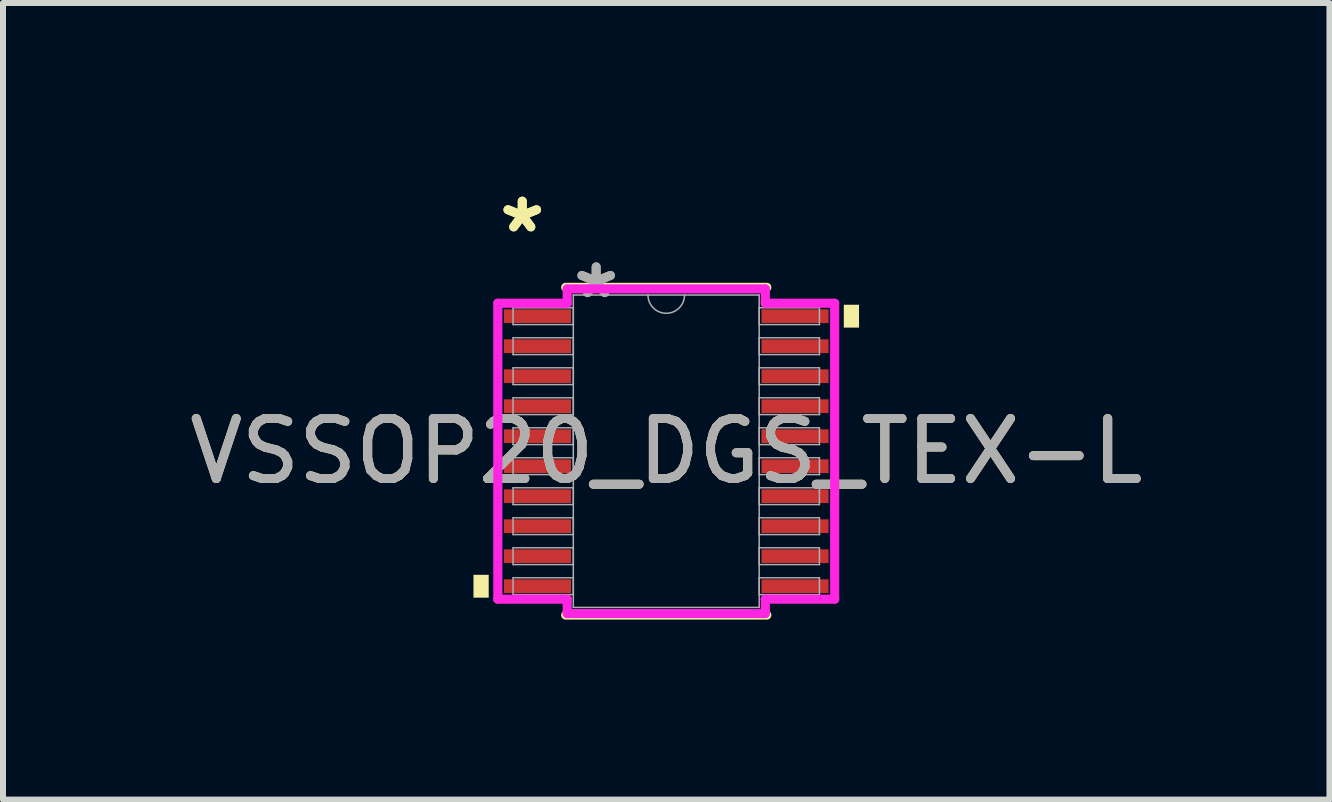
<source format=kicad_pcb>
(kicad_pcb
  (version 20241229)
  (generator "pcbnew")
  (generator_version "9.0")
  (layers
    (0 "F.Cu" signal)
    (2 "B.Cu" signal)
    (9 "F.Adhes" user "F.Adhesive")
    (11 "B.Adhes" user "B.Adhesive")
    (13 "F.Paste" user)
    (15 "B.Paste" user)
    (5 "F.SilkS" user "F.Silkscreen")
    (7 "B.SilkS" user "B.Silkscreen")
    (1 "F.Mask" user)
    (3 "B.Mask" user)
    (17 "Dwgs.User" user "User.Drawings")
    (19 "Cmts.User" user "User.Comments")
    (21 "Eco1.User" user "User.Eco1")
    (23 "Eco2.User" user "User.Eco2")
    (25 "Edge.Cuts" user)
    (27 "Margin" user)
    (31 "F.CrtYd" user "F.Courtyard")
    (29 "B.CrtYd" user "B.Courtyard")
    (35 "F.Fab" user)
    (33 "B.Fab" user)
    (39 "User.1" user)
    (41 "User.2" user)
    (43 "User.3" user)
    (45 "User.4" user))
  (footprint "VSSOP20_DGS_TEX-L"
    (layer "F.Cu")
    (at 8.054 4.47)
    (property "Reference" "VSSOP20_DGS_TEX-L" (at 0 0 0) (unlocked yes) (layer "F.SilkS") (effects (font (size 1 1) (thickness 0.15))))
    (attr smd)
    (fp_line (start -1.676 2.731) (end 1.676 2.731) (stroke (width 0.152) (type solid)) (layer "F.SilkS"))
    (fp_line (start 1.676 -2.731) (end -1.676 -2.731) (stroke (width 0.152) (type solid)) (layer "F.SilkS"))
    (fp_poly (pts (xy -3.213 2.06) (xy -3.213 2.441) (xy -2.959 2.441) (xy -2.959 2.06)) (stroke (width 0) (type solid)) (fill yes) (layer "F.SilkS"))
    (fp_poly (pts (xy 3.213 -2.441) (xy 3.213 -2.06) (xy 2.959 -2.06) (xy 2.959 -2.441)) (stroke (width 0) (type solid)) (fill yes) (layer "F.SilkS"))
    (fp_line (start -2.807 -2.466) (end -1.651 -2.466) (stroke (width 0.152) (type solid)) (layer "F.CrtYd"))
    (fp_line (start -2.807 2.466) (end -2.807 -2.466) (stroke (width 0.152) (type solid)) (layer "F.CrtYd"))
    (fp_line (start -2.807 2.466) (end -1.651 2.466) (stroke (width 0.152) (type solid)) (layer "F.CrtYd"))
    (fp_line (start -1.651 -2.705) (end 1.651 -2.705) (stroke (width 0.152) (type solid)) (layer "F.CrtYd"))
    (fp_line (start -1.651 -2.466) (end -1.651 -2.705) (stroke (width 0.152) (type solid)) (layer "F.CrtYd"))
    (fp_line (start -1.651 2.705) (end -1.651 2.466) (stroke (width 0.152) (type solid)) (layer "F.CrtYd"))
    (fp_line (start 1.651 -2.705) (end 1.651 -2.466) (stroke (width 0.152) (type solid)) (layer "F.CrtYd"))
    (fp_line (start 1.651 2.466) (end 1.651 2.705) (stroke (width 0.152) (type solid)) (layer "F.CrtYd"))
    (fp_line (start 1.651 2.705) (end -1.651 2.705) (stroke (width 0.152) (type solid)) (layer "F.CrtYd"))
    (fp_line (start 2.807 -2.466) (end 1.651 -2.466) (stroke (width 0.152) (type solid)) (layer "F.CrtYd"))
    (fp_line (start 2.807 -2.466) (end 2.807 2.466) (stroke (width 0.152) (type solid)) (layer "F.CrtYd"))
    (fp_line (start 2.807 2.466) (end 1.651 2.466) (stroke (width 0.152) (type solid)) (layer "F.CrtYd"))
    (fp_line (start -2.553 -2.39) (end -2.553 -2.11) (stroke (width 0.025) (type solid)) (layer "F.Fab"))
    (fp_line (start -2.553 -2.11) (end -1.549 -2.11) (stroke (width 0.025) (type solid)) (layer "F.Fab"))
    (fp_line (start -2.553 -1.89) (end -2.553 -1.61) (stroke (width 0.025) (type solid)) (layer "F.Fab"))
    (fp_line (start -2.553 -1.61) (end -1.549 -1.61) (stroke (width 0.025) (type solid)) (layer "F.Fab"))
    (fp_line (start -2.553 -1.39) (end -2.553 -1.11) (stroke (width 0.025) (type solid)) (layer "F.Fab"))
    (fp_line (start -2.553 -1.11) (end -1.549 -1.11) (stroke (width 0.025) (type solid)) (layer "F.Fab"))
    (fp_line (start -2.553 -0.89) (end -2.553 -0.61) (stroke (width 0.025) (type solid)) (layer "F.Fab"))
    (fp_line (start -2.553 -0.61) (end -1.549 -0.61) (stroke (width 0.025) (type solid)) (layer "F.Fab"))
    (fp_line (start -2.553 -0.39) (end -2.553 -0.11) (stroke (width 0.025) (type solid)) (layer "F.Fab"))
    (fp_line (start -2.553 -0.11) (end -1.549 -0.11) (stroke (width 0.025) (type solid)) (layer "F.Fab"))
    (fp_line (start -2.553 0.11) (end -2.553 0.39) (stroke (width 0.025) (type solid)) (layer "F.Fab"))
    (fp_line (start -2.553 0.39) (end -1.549 0.39) (stroke (width 0.025) (type solid)) (layer "F.Fab"))
    (fp_line (start -2.553 0.61) (end -2.553 0.89) (stroke (width 0.025) (type solid)) (layer "F.Fab"))
    (fp_line (start -2.553 0.89) (end -1.549 0.89) (stroke (width 0.025) (type solid)) (layer "F.Fab"))
    (fp_line (start -2.553 1.11) (end -2.553 1.39) (stroke (width 0.025) (type solid)) (layer "F.Fab"))
    (fp_line (start -2.553 1.39) (end -1.549 1.39) (stroke (width 0.025) (type solid)) (layer "F.Fab"))
    (fp_line (start -2.553 1.61) (end -2.553 1.89) (stroke (width 0.025) (type solid)) (layer "F.Fab"))
    (fp_line (start -2.553 1.89) (end -1.549 1.89) (stroke (width 0.025) (type solid)) (layer "F.Fab"))
    (fp_line (start -2.553 2.11) (end -2.553 2.39) (stroke (width 0.025) (type solid)) (layer "F.Fab"))
    (fp_line (start -2.553 2.39) (end -1.549 2.39) (stroke (width 0.025) (type solid)) (layer "F.Fab"))
    (fp_line (start -1.549 -2.603) (end -1.549 2.603) (stroke (width 0.025) (type solid)) (layer "F.Fab"))
    (fp_line (start -1.549 -2.39) (end -2.553 -2.39) (stroke (width 0.025) (type solid)) (layer "F.Fab"))
    (fp_line (start -1.549 -2.11) (end -1.549 -2.39) (stroke (width 0.025) (type solid)) (layer "F.Fab"))
    (fp_line (start -1.549 -1.89) (end -2.553 -1.89) (stroke (width 0.025) (type solid)) (layer "F.Fab"))
    (fp_line (start -1.549 -1.61) (end -1.549 -1.89) (stroke (width 0.025) (type solid)) (layer "F.Fab"))
    (fp_line (start -1.549 -1.39) (end -2.553 -1.39) (stroke (width 0.025) (type solid)) (layer "F.Fab"))
    (fp_line (start -1.549 -1.11) (end -1.549 -1.39) (stroke (width 0.025) (type solid)) (layer "F.Fab"))
    (fp_line (start -1.549 -0.89) (end -2.553 -0.89) (stroke (width 0.025) (type solid)) (layer "F.Fab"))
    (fp_line (start -1.549 -0.61) (end -1.549 -0.89) (stroke (width 0.025) (type solid)) (layer "F.Fab"))
    (fp_line (start -1.549 -0.39) (end -2.553 -0.39) (stroke (width 0.025) (type solid)) (layer "F.Fab"))
    (fp_line (start -1.549 -0.11) (end -1.549 -0.39) (stroke (width 0.025) (type solid)) (layer "F.Fab"))
    (fp_line (start -1.549 0.11) (end -2.553 0.11) (stroke (width 0.025) (type solid)) (layer "F.Fab"))
    (fp_line (start -1.549 0.39) (end -1.549 0.11) (stroke (width 0.025) (type solid)) (layer "F.Fab"))
    (fp_line (start -1.549 0.61) (end -2.553 0.61) (stroke (width 0.025) (type solid)) (layer "F.Fab"))
    (fp_line (start -1.549 0.89) (end -1.549 0.61) (stroke (width 0.025) (type solid)) (layer "F.Fab"))
    (fp_line (start -1.549 1.11) (end -2.553 1.11) (stroke (width 0.025) (type solid)) (layer "F.Fab"))
    (fp_line (start -1.549 1.39) (end -1.549 1.11) (stroke (width 0.025) (type solid)) (layer "F.Fab"))
    (fp_line (start -1.549 1.61) (end -2.553 1.61) (stroke (width 0.025) (type solid)) (layer "F.Fab"))
    (fp_line (start -1.549 1.89) (end -1.549 1.61) (stroke (width 0.025) (type solid)) (layer "F.Fab"))
    (fp_line (start -1.549 2.11) (end -2.553 2.11) (stroke (width 0.025) (type solid)) (layer "F.Fab"))
    (fp_line (start -1.549 2.39) (end -1.549 2.11) (stroke (width 0.025) (type solid)) (layer "F.Fab"))
    (fp_line (start -1.549 2.603) (end 1.549 2.603) (stroke (width 0.025) (type solid)) (layer "F.Fab"))
    (fp_line (start 1.549 -2.603) (end -1.549 -2.603) (stroke (width 0.025) (type solid)) (layer "F.Fab"))
    (fp_line (start 1.549 -2.39) (end 1.549 -2.11) (stroke (width 0.025) (type solid)) (layer "F.Fab"))
    (fp_line (start 1.549 -2.11) (end 2.553 -2.11) (stroke (width 0.025) (type solid)) (layer "F.Fab"))
    (fp_line (start 1.549 -1.89) (end 1.549 -1.61) (stroke (width 0.025) (type solid)) (layer "F.Fab"))
    (fp_line (start 1.549 -1.61) (end 2.553 -1.61) (stroke (width 0.025) (type solid)) (layer "F.Fab"))
    (fp_line (start 1.549 -1.39) (end 1.549 -1.11) (stroke (width 0.025) (type solid)) (layer "F.Fab"))
    (fp_line (start 1.549 -1.11) (end 2.553 -1.11) (stroke (width 0.025) (type solid)) (layer "F.Fab"))
    (fp_line (start 1.549 -0.89) (end 1.549 -0.61) (stroke (width 0.025) (type solid)) (layer "F.Fab"))
    (fp_line (start 1.549 -0.61) (end 2.553 -0.61) (stroke (width 0.025) (type solid)) (layer "F.Fab"))
    (fp_line (start 1.549 -0.39) (end 1.549 -0.11) (stroke (width 0.025) (type solid)) (layer "F.Fab"))
    (fp_line (start 1.549 -0.11) (end 2.553 -0.11) (stroke (width 0.025) (type solid)) (layer "F.Fab"))
    (fp_line (start 1.549 0.11) (end 1.549 0.39) (stroke (width 0.025) (type solid)) (layer "F.Fab"))
    (fp_line (start 1.549 0.39) (end 2.553 0.39) (stroke (width 0.025) (type solid)) (layer "F.Fab"))
    (fp_line (start 1.549 0.61) (end 1.549 0.89) (stroke (width 0.025) (type solid)) (layer "F.Fab"))
    (fp_line (start 1.549 0.89) (end 2.553 0.89) (stroke (width 0.025) (type solid)) (layer "F.Fab"))
    (fp_line (start 1.549 1.11) (end 1.549 1.39) (stroke (width 0.025) (type solid)) (layer "F.Fab"))
    (fp_line (start 1.549 1.39) (end 2.553 1.39) (stroke (width 0.025) (type solid)) (layer "F.Fab"))
    (fp_line (start 1.549 1.61) (end 1.549 1.89) (stroke (width 0.025) (type solid)) (layer "F.Fab"))
    (fp_line (start 1.549 1.89) (end 2.553 1.89) (stroke (width 0.025) (type solid)) (layer "F.Fab"))
    (fp_line (start 1.549 2.11) (end 1.549 2.39) (stroke (width 0.025) (type solid)) (layer "F.Fab"))
    (fp_line (start 1.549 2.39) (end 2.553 2.39) (stroke (width 0.025) (type solid)) (layer "F.Fab"))
    (fp_line (start 1.549 2.603) (end 1.549 -2.603) (stroke (width 0.025) (type solid)) (layer "F.Fab"))
    (fp_line (start 2.553 -2.39) (end 1.549 -2.39) (stroke (width 0.025) (type solid)) (layer "F.Fab"))
    (fp_line (start 2.553 -2.11) (end 2.553 -2.39) (stroke (width 0.025) (type solid)) (layer "F.Fab"))
    (fp_line (start 2.553 -1.89) (end 1.549 -1.89) (stroke (width 0.025) (type solid)) (layer "F.Fab"))
    (fp_line (start 2.553 -1.61) (end 2.553 -1.89) (stroke (width 0.025) (type solid)) (layer "F.Fab"))
    (fp_line (start 2.553 -1.39) (end 1.549 -1.39) (stroke (width 0.025) (type solid)) (layer "F.Fab"))
    (fp_line (start 2.553 -1.11) (end 2.553 -1.39) (stroke (width 0.025) (type solid)) (layer "F.Fab"))
    (fp_line (start 2.553 -0.89) (end 1.549 -0.89) (stroke (width 0.025) (type solid)) (layer "F.Fab"))
    (fp_line (start 2.553 -0.61) (end 2.553 -0.89) (stroke (width 0.025) (type solid)) (layer "F.Fab"))
    (fp_line (start 2.553 -0.39) (end 1.549 -0.39) (stroke (width 0.025) (type solid)) (layer "F.Fab"))
    (fp_line (start 2.553 -0.11) (end 2.553 -0.39) (stroke (width 0.025) (type solid)) (layer "F.Fab"))
    (fp_line (start 2.553 0.11) (end 1.549 0.11) (stroke (width 0.025) (type solid)) (layer "F.Fab"))
    (fp_line (start 2.553 0.39) (end 2.553 0.11) (stroke (width 0.025) (type solid)) (layer "F.Fab"))
    (fp_line (start 2.553 0.61) (end 1.549 0.61) (stroke (width 0.025) (type solid)) (layer "F.Fab"))
    (fp_line (start 2.553 0.89) (end 2.553 0.61) (stroke (width 0.025) (type solid)) (layer "F.Fab"))
    (fp_line (start 2.553 1.11) (end 1.549 1.11) (stroke (width 0.025) (type solid)) (layer "F.Fab"))
    (fp_line (start 2.553 1.39) (end 2.553 1.11) (stroke (width 0.025) (type solid)) (layer "F.Fab"))
    (fp_line (start 2.553 1.61) (end 1.549 1.61) (stroke (width 0.025) (type solid)) (layer "F.Fab"))
    (fp_line (start 2.553 1.89) (end 2.553 1.61) (stroke (width 0.025) (type solid)) (layer "F.Fab"))
    (fp_line (start 2.553 2.11) (end 1.549 2.11) (stroke (width 0.025) (type solid)) (layer "F.Fab"))
    (fp_line (start 2.553 2.39) (end 2.553 2.11) (stroke (width 0.025) (type solid)) (layer "F.Fab"))
    (fp_arc (start 0.3048 -2.6035) (mid 0 -2.2987) (end -0.3048 -2.6035) (stroke (width 0.0254) (type solid)) (layer "F.Fab"))
    (fp_text user "*" (at -2.4 -3.622 0) (layer "F.SilkS") (effects (font (size 1 1) (thickness 0.15))))
    (fp_text user "*" (at -2.4 -3.622 0) (unlocked yes) (layer "F.SilkS") (effects (font (size 1 1) (thickness 0.15))))
    (fp_text user "*" (at -1.168 -2.527 0) (layer "F.Fab") (effects (font (size 1 1) (thickness 0.15))))
    (fp_text user "${REFERENCE}" (at 0 0 0) (unlocked yes) (layer "F.Fab") (effects (font (size 1 1) (thickness 0.15))))
    (fp_text user "*" (at -1.168 -2.527 0) (unlocked yes) (layer "F.Fab") (effects (font (size 1 1) (thickness 0.15))))
    (pad "1" smd rect (at -2.146 -2.25) (size 1.118 0.229) (layers "F.Cu" "F.Mask" "F.Paste"))
    (pad "2" smd rect (at -2.146 -1.75) (size 1.118 0.229) (layers "F.Cu" "F.Mask" "F.Paste"))
    (pad "3" smd rect (at -2.146 -1.25) (size 1.118 0.229) (layers "F.Cu" "F.Mask" "F.Paste"))
    (pad "4" smd rect (at -2.146 -0.75) (size 1.118 0.229) (layers "F.Cu" "F.Mask" "F.Paste"))
    (pad "5" smd rect (at -2.146 -0.25) (size 1.118 0.229) (layers "F.Cu" "F.Mask" "F.Paste"))
    (pad "6" smd rect (at -2.146 0.25) (size 1.118 0.229) (layers "F.Cu" "F.Mask" "F.Paste"))
    (pad "7" smd rect (at -2.146 0.75) (size 1.118 0.229) (layers "F.Cu" "F.Mask" "F.Paste"))
    (pad "8" smd rect (at -2.146 1.25) (size 1.118 0.229) (layers "F.Cu" "F.Mask" "F.Paste"))
    (pad "9" smd rect (at -2.146 1.75) (size 1.118 0.229) (layers "F.Cu" "F.Mask" "F.Paste"))
    (pad "10" smd rect (at -2.146 2.25) (size 1.118 0.229) (layers "F.Cu" "F.Mask" "F.Paste"))
    (pad "11" smd rect (at 2.146 2.25) (size 1.118 0.229) (layers "F.Cu" "F.Mask" "F.Paste"))
    (pad "12" smd rect (at 2.146 1.75) (size 1.118 0.229) (layers "F.Cu" "F.Mask" "F.Paste"))
    (pad "13" smd rect (at 2.146 1.25) (size 1.118 0.229) (layers "F.Cu" "F.Mask" "F.Paste"))
    (pad "14" smd rect (at 2.146 0.75) (size 1.118 0.229) (layers "F.Cu" "F.Mask" "F.Paste"))
    (pad "15" smd rect (at 2.146 0.25) (size 1.118 0.229) (layers "F.Cu" "F.Mask" "F.Paste"))
    (pad "16" smd rect (at 2.146 -0.25) (size 1.118 0.229) (layers "F.Cu" "F.Mask" "F.Paste"))
    (pad "17" smd rect (at 2.146 -0.75) (size 1.118 0.229) (layers "F.Cu" "F.Mask" "F.Paste"))
    (pad "18" smd rect (at 2.146 -1.25) (size 1.118 0.229) (layers "F.Cu" "F.Mask" "F.Paste"))
    (pad "19" smd rect (at 2.146 -1.75) (size 1.118 0.229) (layers "F.Cu" "F.Mask" "F.Paste"))
    (pad "20" smd rect (at 2.146 -2.25) (size 1.118 0.229) (layers "F.Cu" "F.Mask" "F.Paste")))
  (gr_rect
    (start -3 -3)
    (end 19.107 10.277)
    (stroke (width 0.1) (type default))
    (fill no)
    (layer "Edge.Cuts")))
</source>
